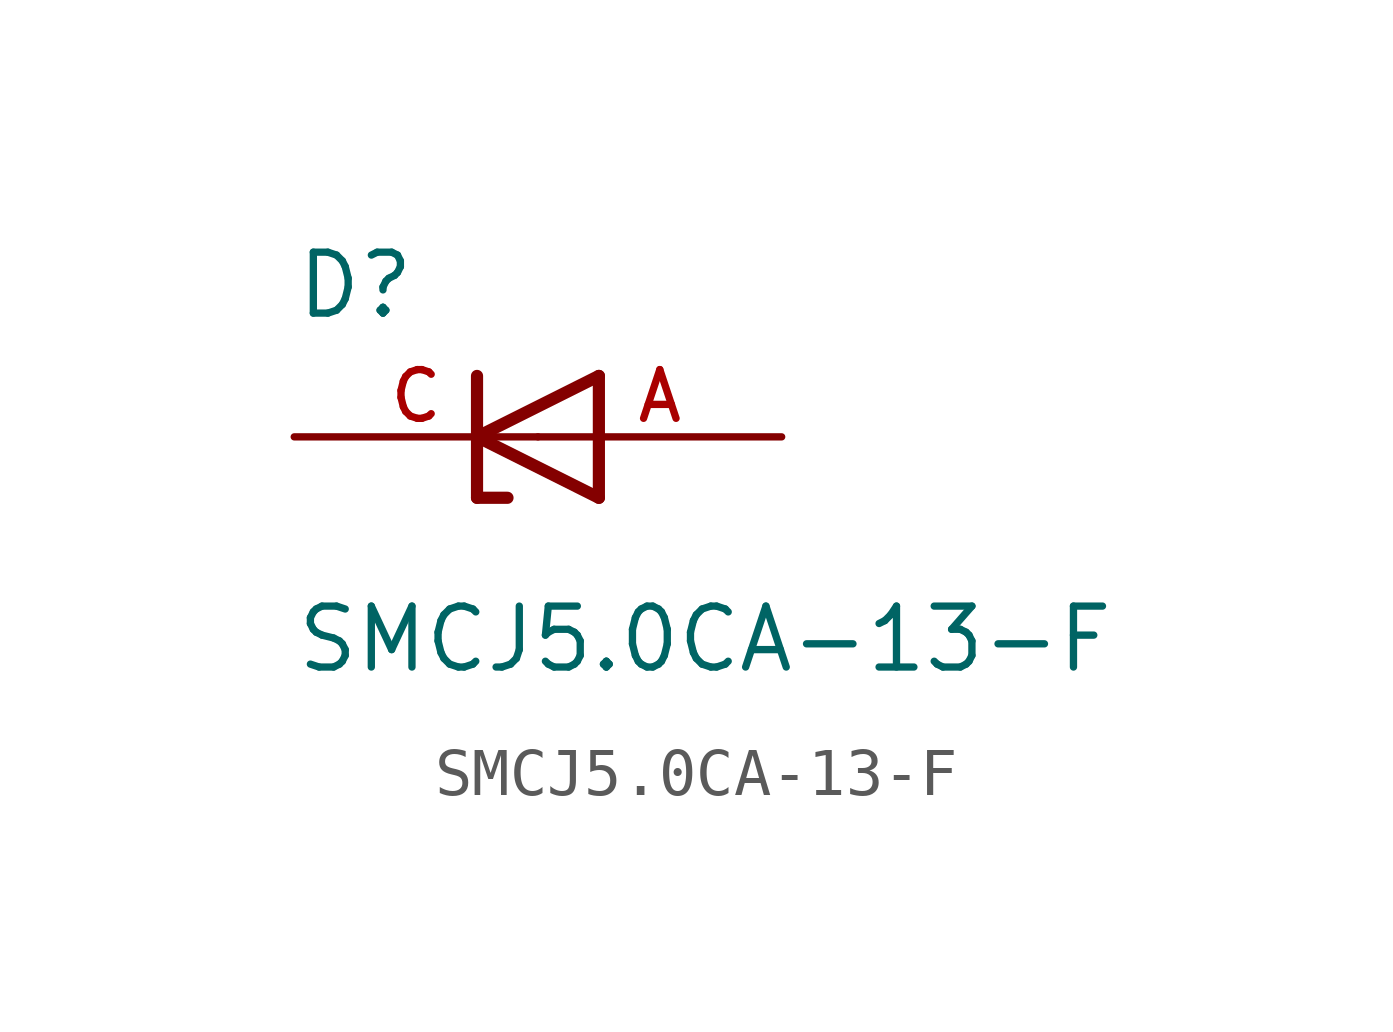
<source format=kicad_sym>
(kicad_symbol_lib
  (version 20211014)
  (generator kicad_symbol_editor)
  (symbol "SMCJ5.0CA-13-F"
    (pin_names
      (offset 1.016))
    (property "Reference" "D"
      (at -5.084 2.416 0)
      (effects (font (size 1.27 1.27)) (justify bottom left)))
    (property "Value" "SMCJ5.0CA-13-F"
      (at -5.085 -4.961 0)
      (effects (font (size 1.27 1.27)) (justify bottom left)))
    (symbol "SMCJ5.0CA-13-F_0_0"
      (polyline (pts (xy 1.27 1.27) (xy -1.27 0.0)) (stroke (width 0.254)))
      (polyline (pts (xy -1.27 0.0) (xy 1.27 -1.27)) (stroke (width 0.254)))
      (polyline (pts (xy -0.635 -1.27) (xy -1.27 -1.27)) (stroke (width 0.254)))
      (polyline (pts (xy -1.27 -1.27) (xy -1.27 0.0)) (stroke (width 0.254)))
      (polyline (pts (xy 1.27 -1.27) (xy 1.27 1.27)) (stroke (width 0.254)))
      (polyline (pts (xy -1.27 0.0) (xy -1.27 1.27)) (stroke (width 0.254)))
      (pin passive line (at 5.08 0.0 180.0) (length 5.08) (name "~" (effects (font (size 1.016 1.016)))) (number "A" (effects (font (size 1.016 1.016)))))
      (pin passive line (at -5.08 0.0 0) (length 5.08) (name "~" (effects (font (size 1.016 1.016)))) (number "C" (effects (font (size 1.016 1.016))))))))
</source>
